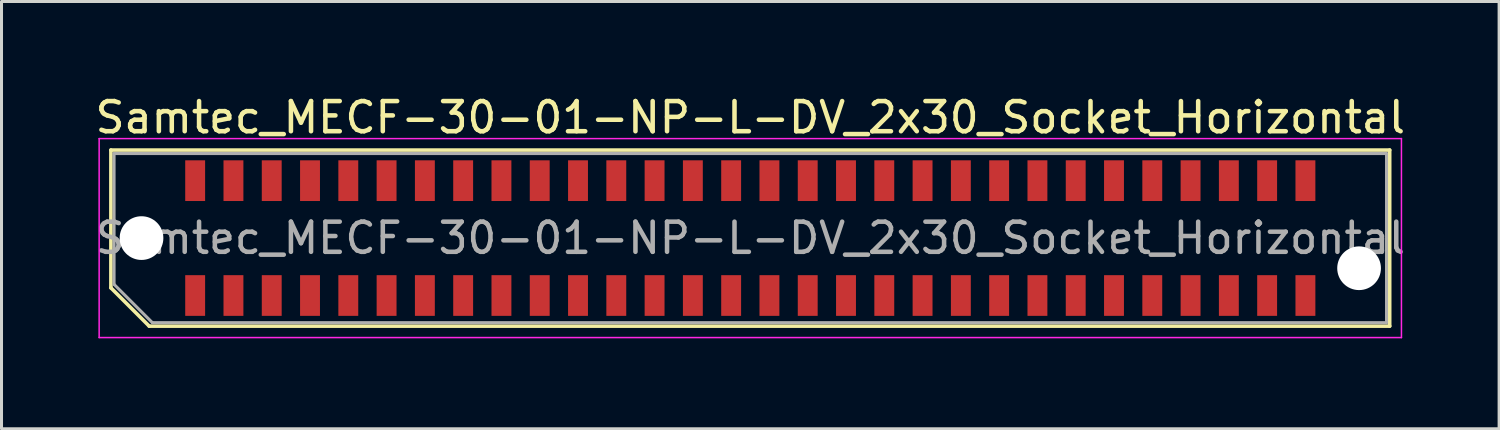
<source format=kicad_pcb>
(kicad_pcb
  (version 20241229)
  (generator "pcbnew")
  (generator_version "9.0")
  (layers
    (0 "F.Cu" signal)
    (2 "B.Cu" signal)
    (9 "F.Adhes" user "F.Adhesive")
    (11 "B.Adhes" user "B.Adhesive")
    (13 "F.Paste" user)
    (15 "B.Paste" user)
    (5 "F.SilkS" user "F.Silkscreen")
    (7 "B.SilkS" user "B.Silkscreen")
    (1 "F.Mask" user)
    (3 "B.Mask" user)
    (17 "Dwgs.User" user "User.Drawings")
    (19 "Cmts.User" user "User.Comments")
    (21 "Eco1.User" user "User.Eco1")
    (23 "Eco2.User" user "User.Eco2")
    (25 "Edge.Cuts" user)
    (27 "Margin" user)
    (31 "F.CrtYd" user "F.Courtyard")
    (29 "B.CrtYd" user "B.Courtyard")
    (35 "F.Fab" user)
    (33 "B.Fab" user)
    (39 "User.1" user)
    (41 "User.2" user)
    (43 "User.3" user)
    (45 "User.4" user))
  (footprint "Samtec_MECF-30-01-NP-L-DV_2x30_Socket_Horizontal"
    (layer "F.Cu")
    (at 21.839 4.848)
    (property "Reference" "Samtec_MECF-30-01-NP-L-DV_2x30_Socket_Horizontal" (at 0 -4 0) (layer "F.SilkS") (effects (font (size 1 1) (thickness 0.15))))
    (attr smd)
    (fp_line (start -21.21 -2.92) (end 21.21 -2.92) (stroke (width 0.12) (type solid)) (layer "F.SilkS"))
    (fp_line (start -21.21 1.65) (end -21.21 -2.92) (stroke (width 0.12) (type solid)) (layer "F.SilkS"))
    (fp_line (start -19.94 2.92) (end -21.21 1.65) (stroke (width 0.12) (type solid)) (layer "F.SilkS"))
    (fp_line (start -19.94 2.92) (end 21.21 2.92) (stroke (width 0.12) (type solid)) (layer "F.SilkS"))
    (fp_line (start 21.21 2.92) (end 21.21 -2.92) (stroke (width 0.12) (type solid)) (layer "F.SilkS"))
    (fp_line (start -21.6 -3.3) (end -21.6 3.3) (stroke (width 0.05) (type solid)) (layer "F.CrtYd"))
    (fp_line (start -21.6 3.3) (end 21.6 3.3) (stroke (width 0.05) (type solid)) (layer "F.CrtYd"))
    (fp_line (start 21.6 -3.3) (end -21.6 -3.3) (stroke (width 0.05) (type solid)) (layer "F.CrtYd"))
    (fp_line (start 21.6 3.3) (end 21.6 -3.3) (stroke (width 0.05) (type solid)) (layer "F.CrtYd"))
    (fp_line (start -21.105 -2.805) (end 21.105 -2.805) (stroke (width 0.1) (type solid)) (layer "F.Fab"))
    (fp_line (start -21.105 1.535) (end -21.105 -2.805) (stroke (width 0.1) (type solid)) (layer "F.Fab"))
    (fp_line (start -21.105 1.535) (end -19.835 2.805) (stroke (width 0.1) (type solid)) (layer "F.Fab"))
    (fp_line (start -19.835 2.805) (end 21.105 2.805) (stroke (width 0.1) (type solid)) (layer "F.Fab"))
    (fp_line (start 21.105 2.805) (end 21.105 -2.805) (stroke (width 0.1) (type solid)) (layer "F.Fab"))
    (fp_text user "${REFERENCE}" (at 0 0 0) (layer "F.Fab") (effects (font (size 1 1) (thickness 0.15))))
    (pad "" np_thru_hole circle (at -20.195 0) (size 1.45 1.45) (drill 1.45) (layers "*.Cu" "*.Mask"))
    (pad "" np_thru_hole circle (at 20.195 1) (size 1.45 1.45) (drill 1.45) (layers "*.Cu" "*.Mask"))
    (pad "1" smd rect (at -18.415 1.905) (size 0.66 1.35) (layers "F.Cu" "F.Mask" "F.Paste"))
    (pad "2" smd rect (at -18.415 -1.905) (size 0.66 1.35) (layers "F.Cu" "F.Mask" "F.Paste"))
    (pad "3" smd rect (at -17.145 1.905) (size 0.66 1.35) (layers "F.Cu" "F.Mask" "F.Paste"))
    (pad "4" smd rect (at -17.145 -1.905) (size 0.66 1.35) (layers "F.Cu" "F.Mask" "F.Paste"))
    (pad "5" smd rect (at -15.875 1.905) (size 0.66 1.35) (layers "F.Cu" "F.Mask" "F.Paste"))
    (pad "6" smd rect (at -15.875 -1.905) (size 0.66 1.35) (layers "F.Cu" "F.Mask" "F.Paste"))
    (pad "7" smd rect (at -14.605 1.905) (size 0.66 1.35) (layers "F.Cu" "F.Mask" "F.Paste"))
    (pad "8" smd rect (at -14.605 -1.905) (size 0.66 1.35) (layers "F.Cu" "F.Mask" "F.Paste"))
    (pad "9" smd rect (at -13.335 1.905) (size 0.66 1.35) (layers "F.Cu" "F.Mask" "F.Paste"))
    (pad "10" smd rect (at -13.335 -1.905) (size 0.66 1.35) (layers "F.Cu" "F.Mask" "F.Paste"))
    (pad "11" smd rect (at -12.065 1.905) (size 0.66 1.35) (layers "F.Cu" "F.Mask" "F.Paste"))
    (pad "12" smd rect (at -12.065 -1.905) (size 0.66 1.35) (layers "F.Cu" "F.Mask" "F.Paste"))
    (pad "13" smd rect (at -10.795 1.905) (size 0.66 1.35) (layers "F.Cu" "F.Mask" "F.Paste"))
    (pad "14" smd rect (at -10.795 -1.905) (size 0.66 1.35) (layers "F.Cu" "F.Mask" "F.Paste"))
    (pad "15" smd rect (at -9.525 1.905) (size 0.66 1.35) (layers "F.Cu" "F.Mask" "F.Paste"))
    (pad "16" smd rect (at -9.525 -1.905) (size 0.66 1.35) (layers "F.Cu" "F.Mask" "F.Paste"))
    (pad "17" smd rect (at -8.255 1.905) (size 0.66 1.35) (layers "F.Cu" "F.Mask" "F.Paste"))
    (pad "18" smd rect (at -8.255 -1.905) (size 0.66 1.35) (layers "F.Cu" "F.Mask" "F.Paste"))
    (pad "19" smd rect (at -6.985 1.905) (size 0.66 1.35) (layers "F.Cu" "F.Mask" "F.Paste"))
    (pad "20" smd rect (at -6.985 -1.905) (size 0.66 1.35) (layers "F.Cu" "F.Mask" "F.Paste"))
    (pad "21" smd rect (at -5.715 1.905) (size 0.66 1.35) (layers "F.Cu" "F.Mask" "F.Paste"))
    (pad "22" smd rect (at -5.715 -1.905) (size 0.66 1.35) (layers "F.Cu" "F.Mask" "F.Paste"))
    (pad "23" smd rect (at -4.445 1.905) (size 0.66 1.35) (layers "F.Cu" "F.Mask" "F.Paste"))
    (pad "24" smd rect (at -4.445 -1.905) (size 0.66 1.35) (layers "F.Cu" "F.Mask" "F.Paste"))
    (pad "25" smd rect (at -3.175 1.905) (size 0.66 1.35) (layers "F.Cu" "F.Mask" "F.Paste"))
    (pad "26" smd rect (at -3.175 -1.905) (size 0.66 1.35) (layers "F.Cu" "F.Mask" "F.Paste"))
    (pad "27" smd rect (at -1.905 1.905) (size 0.66 1.35) (layers "F.Cu" "F.Mask" "F.Paste"))
    (pad "28" smd rect (at -1.905 -1.905) (size 0.66 1.35) (layers "F.Cu" "F.Mask" "F.Paste"))
    (pad "29" smd rect (at -0.635 1.905) (size 0.66 1.35) (layers "F.Cu" "F.Mask" "F.Paste"))
    (pad "30" smd rect (at -0.635 -1.905) (size 0.66 1.35) (layers "F.Cu" "F.Mask" "F.Paste"))
    (pad "31" smd rect (at 0.635 1.905) (size 0.66 1.35) (layers "F.Cu" "F.Mask" "F.Paste"))
    (pad "32" smd rect (at 0.635 -1.905) (size 0.66 1.35) (layers "F.Cu" "F.Mask" "F.Paste"))
    (pad "33" smd rect (at 1.905 1.905) (size 0.66 1.35) (layers "F.Cu" "F.Mask" "F.Paste"))
    (pad "34" smd rect (at 1.905 -1.905) (size 0.66 1.35) (layers "F.Cu" "F.Mask" "F.Paste"))
    (pad "35" smd rect (at 3.175 1.905) (size 0.66 1.35) (layers "F.Cu" "F.Mask" "F.Paste"))
    (pad "36" smd rect (at 3.175 -1.905) (size 0.66 1.35) (layers "F.Cu" "F.Mask" "F.Paste"))
    (pad "37" smd rect (at 4.445 1.905) (size 0.66 1.35) (layers "F.Cu" "F.Mask" "F.Paste"))
    (pad "38" smd rect (at 4.445 -1.905) (size 0.66 1.35) (layers "F.Cu" "F.Mask" "F.Paste"))
    (pad "39" smd rect (at 5.715 1.905) (size 0.66 1.35) (layers "F.Cu" "F.Mask" "F.Paste"))
    (pad "40" smd rect (at 5.715 -1.905) (size 0.66 1.35) (layers "F.Cu" "F.Mask" "F.Paste"))
    (pad "41" smd rect (at 6.985 1.905) (size 0.66 1.35) (layers "F.Cu" "F.Mask" "F.Paste"))
    (pad "42" smd rect (at 6.985 -1.905) (size 0.66 1.35) (layers "F.Cu" "F.Mask" "F.Paste"))
    (pad "43" smd rect (at 8.255 1.905) (size 0.66 1.35) (layers "F.Cu" "F.Mask" "F.Paste"))
    (pad "44" smd rect (at 8.255 -1.905) (size 0.66 1.35) (layers "F.Cu" "F.Mask" "F.Paste"))
    (pad "45" smd rect (at 9.525 1.905) (size 0.66 1.35) (layers "F.Cu" "F.Mask" "F.Paste"))
    (pad "46" smd rect (at 9.525 -1.905) (size 0.66 1.35) (layers "F.Cu" "F.Mask" "F.Paste"))
    (pad "47" smd rect (at 10.795 1.905) (size 0.66 1.35) (layers "F.Cu" "F.Mask" "F.Paste"))
    (pad "48" smd rect (at 10.795 -1.905) (size 0.66 1.35) (layers "F.Cu" "F.Mask" "F.Paste"))
    (pad "49" smd rect (at 12.065 1.905) (size 0.66 1.35) (layers "F.Cu" "F.Mask" "F.Paste"))
    (pad "50" smd rect (at 12.065 -1.905) (size 0.66 1.35) (layers "F.Cu" "F.Mask" "F.Paste"))
    (pad "51" smd rect (at 13.335 1.905) (size 0.66 1.35) (layers "F.Cu" "F.Mask" "F.Paste"))
    (pad "52" smd rect (at 13.335 -1.905) (size 0.66 1.35) (layers "F.Cu" "F.Mask" "F.Paste"))
    (pad "53" smd rect (at 14.605 1.905) (size 0.66 1.35) (layers "F.Cu" "F.Mask" "F.Paste"))
    (pad "54" smd rect (at 14.605 -1.905) (size 0.66 1.35) (layers "F.Cu" "F.Mask" "F.Paste"))
    (pad "55" smd rect (at 15.875 1.905) (size 0.66 1.35) (layers "F.Cu" "F.Mask" "F.Paste"))
    (pad "56" smd rect (at 15.875 -1.905) (size 0.66 1.35) (layers "F.Cu" "F.Mask" "F.Paste"))
    (pad "57" smd rect (at 17.145 1.905) (size 0.66 1.35) (layers "F.Cu" "F.Mask" "F.Paste"))
    (pad "58" smd rect (at 17.145 -1.905) (size 0.66 1.35) (layers "F.Cu" "F.Mask" "F.Paste"))
    (pad "59" smd rect (at 18.415 1.905) (size 0.66 1.35) (layers "F.Cu" "F.Mask" "F.Paste"))
    (pad "60" smd rect (at 18.415 -1.905) (size 0.66 1.35) (layers "F.Cu" "F.Mask" "F.Paste")))
  (gr_rect
    (start -3 -3)
    (end 46.679 11.173)
    (stroke (width 0.1) (type default))
    (fill no)
    (layer "Edge.Cuts")))
</source>
